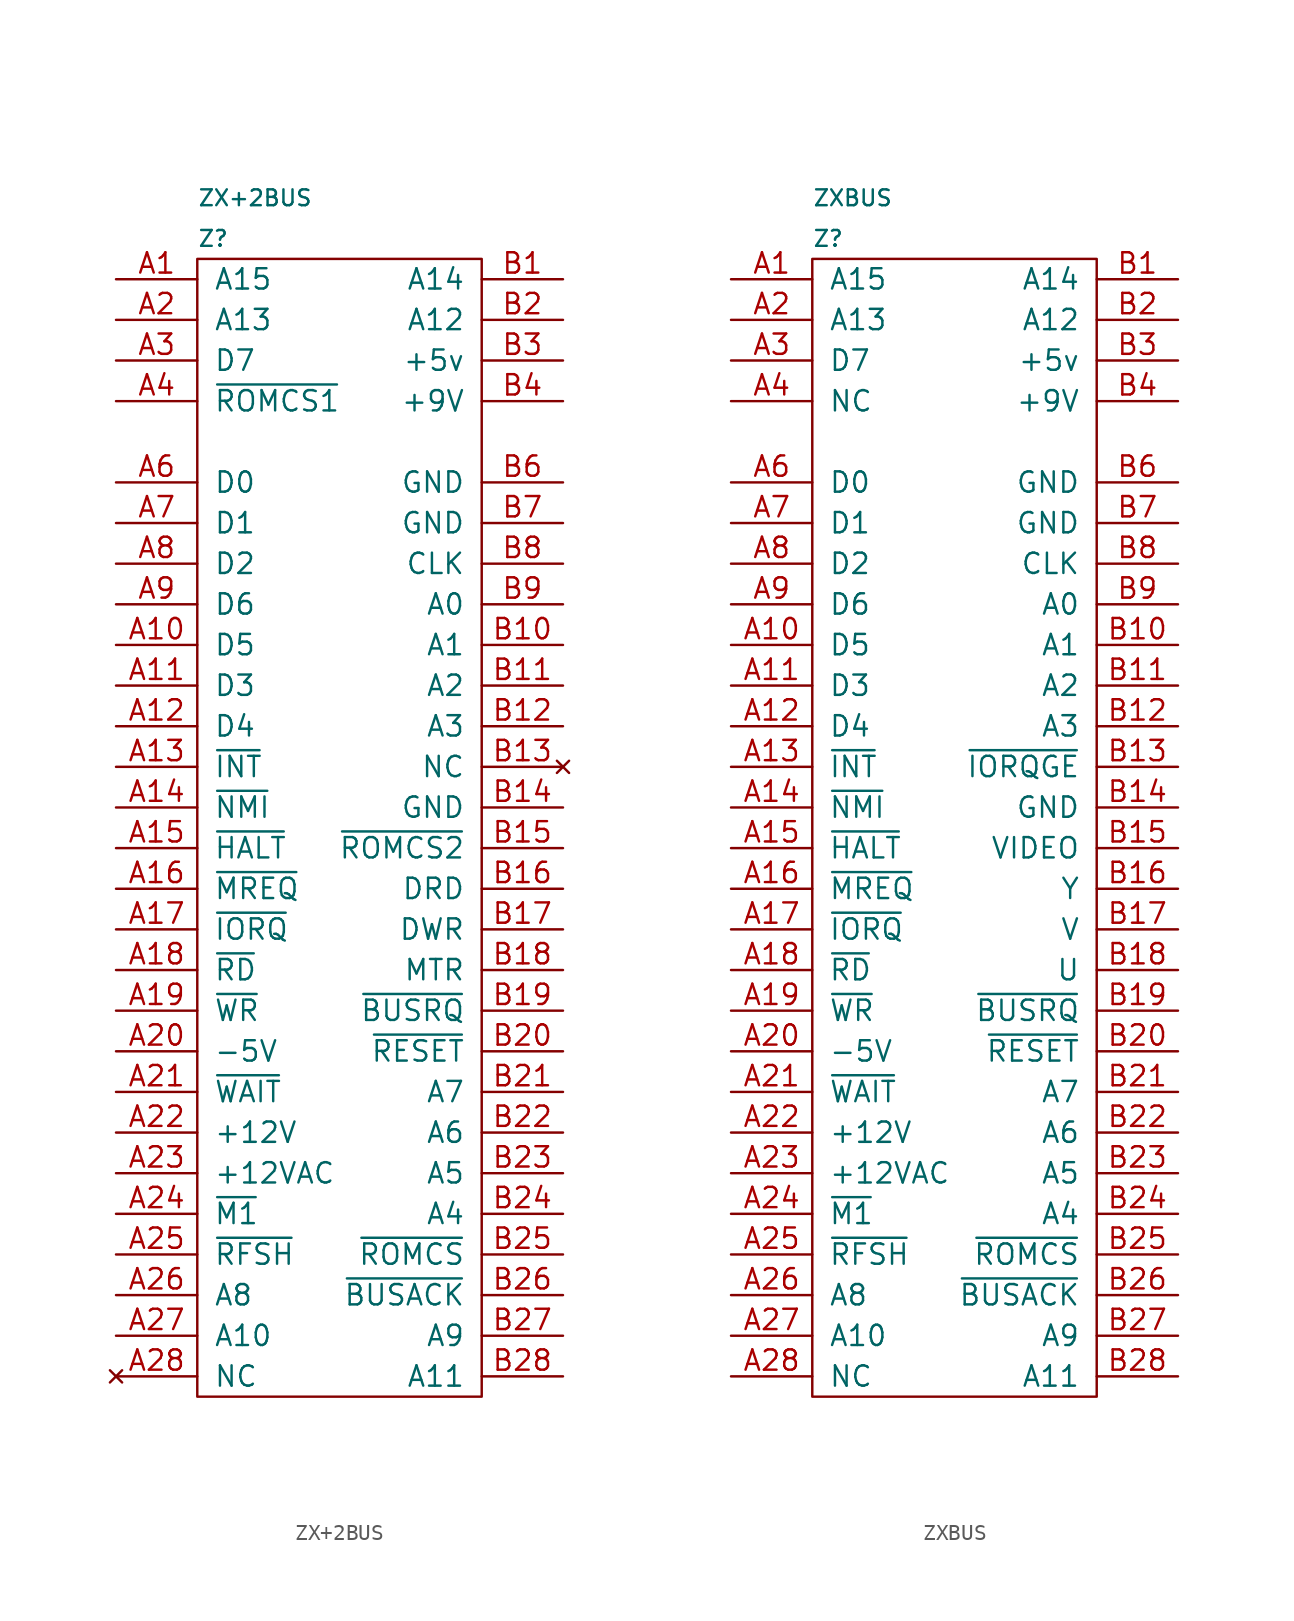
<source format=kicad_sym>
(kicad_symbol_lib
  (version 20211014)
  (generator kicad_symbol_editor)
  (symbol "ZX+2BUS"
    (pin_names
      (offset 1.016))
    (property "Reference" "Z"
      (at 0 83.82 0)
      (effects (font (size 0.991 0.991)) (justify left)))
    (property "Value" "ZX+2BUS"
      (at 0 86.36 0)
      (effects (font (size 0.991 0.991)) (justify left)))
    (symbol "ZX+2BUS_0_0"
      (rectangle (start 0 82.55) (end 17.78 11.43) (stroke (width 0) (type default) (color 0 0 0 0)) (fill (type none))))
    (symbol "ZX+2BUS_1_1"
      (pin output line (at -5.08 81.28 0) (length 5.08) (name "A15" (effects (font (size 1.27 1.27)))) (number "A1" (effects (font (size 1.27 1.27)))))
      (pin bidirectional line (at -5.08 58.42 0) (length 5.08) (name "D5" (effects (font (size 1.27 1.27)))) (number "A10" (effects (font (size 1.27 1.27)))))
      (pin bidirectional line (at -5.08 55.88 0) (length 5.08) (name "D3" (effects (font (size 1.27 1.27)))) (number "A11" (effects (font (size 1.27 1.27)))))
      (pin bidirectional line (at -5.08 53.34 0) (length 5.08) (name "D4" (effects (font (size 1.27 1.27)))) (number "A12" (effects (font (size 1.27 1.27)))))
      (pin input line (at -5.08 50.8 0) (length 5.08) (name "~{INT}" (effects (font (size 1.27 1.27)))) (number "A13" (effects (font (size 1.27 1.27)))))
      (pin input line (at -5.08 48.26 0) (length 5.08) (name "~{NMI}" (effects (font (size 1.27 1.27)))) (number "A14" (effects (font (size 1.27 1.27)))))
      (pin input line (at -5.08 45.72 0) (length 5.08) (name "~{HALT}" (effects (font (size 1.27 1.27)))) (number "A15" (effects (font (size 1.27 1.27)))))
      (pin output line (at -5.08 43.18 0) (length 5.08) (name "~{MREQ}" (effects (font (size 1.27 1.27)))) (number "A16" (effects (font (size 1.27 1.27)))))
      (pin output line (at -5.08 40.64 0) (length 5.08) (name "~{IORQ}" (effects (font (size 1.27 1.27)))) (number "A17" (effects (font (size 1.27 1.27)))))
      (pin output line (at -5.08 38.1 0) (length 5.08) (name "~{RD}" (effects (font (size 1.27 1.27)))) (number "A18" (effects (font (size 1.27 1.27)))))
      (pin output line (at -5.08 35.56 0) (length 5.08) (name "~{WR}" (effects (font (size 1.27 1.27)))) (number "A19" (effects (font (size 1.27 1.27)))))
      (pin output line (at -5.08 78.74 0) (length 5.08) (name "A13" (effects (font (size 1.27 1.27)))) (number "A2" (effects (font (size 1.27 1.27)))))
      (pin power_out line (at -5.08 33.02 0) (length 5.08) (name "-5V" (effects (font (size 1.27 1.27)))) (number "A20" (effects (font (size 1.27 1.27)))))
      (pin output line (at -5.08 30.48 0) (length 5.08) (name "~{WAIT}" (effects (font (size 1.27 1.27)))) (number "A21" (effects (font (size 1.27 1.27)))))
      (pin power_out line (at -5.08 27.94 0) (length 5.08) (name "+12V" (effects (font (size 1.27 1.27)))) (number "A22" (effects (font (size 1.27 1.27)))))
      (pin power_out line (at -5.08 25.4 0) (length 5.08) (name "+12VAC" (effects (font (size 1.27 1.27)))) (number "A23" (effects (font (size 1.27 1.27)))))
      (pin output line (at -5.08 22.86 0) (length 5.08) (name "~{M1}" (effects (font (size 1.27 1.27)))) (number "A24" (effects (font (size 1.27 1.27)))))
      (pin output line (at -5.08 20.32 0) (length 5.08) (name "~{RFSH}" (effects (font (size 1.27 1.27)))) (number "A25" (effects (font (size 1.27 1.27)))))
      (pin output line (at -5.08 17.78 0) (length 5.08) (name "A8" (effects (font (size 1.27 1.27)))) (number "A26" (effects (font (size 1.27 1.27)))))
      (pin output line (at -5.08 15.24 0) (length 5.08) (name "A10" (effects (font (size 1.27 1.27)))) (number "A27" (effects (font (size 1.27 1.27)))))
      (pin no_connect line (at -5.08 12.7 0) (length 5.08) (name "NC" (effects (font (size 1.27 1.27)))) (number "A28" (effects (font (size 1.27 1.27)))))
      (pin bidirectional line (at -5.08 76.2 0) (length 5.08) (name "D7" (effects (font (size 1.27 1.27)))) (number "A3" (effects (font (size 1.27 1.27)))))
      (pin input line (at -5.08 73.66 0) (length 5.08) (name "~{ROMCS1}" (effects (font (size 1.27 1.27)))) (number "A4" (effects (font (size 1.27 1.27)))))
      (pin bidirectional line (at -5.08 68.58 0) (length 5.08) (name "D0" (effects (font (size 1.27 1.27)))) (number "A6" (effects (font (size 1.27 1.27)))))
      (pin bidirectional line (at -5.08 66.04 0) (length 5.08) (name "D1" (effects (font (size 1.27 1.27)))) (number "A7" (effects (font (size 1.27 1.27)))))
      (pin bidirectional line (at -5.08 63.5 0) (length 5.08) (name "D2" (effects (font (size 1.27 1.27)))) (number "A8" (effects (font (size 1.27 1.27)))))
      (pin bidirectional line (at -5.08 60.96 0) (length 5.08) (name "D6" (effects (font (size 1.27 1.27)))) (number "A9" (effects (font (size 1.27 1.27)))))
      (pin output line (at 22.86 81.28 180) (length 5.08) (name "A14" (effects (font (size 1.27 1.27)))) (number "B1" (effects (font (size 1.27 1.27)))))
      (pin output line (at 22.86 58.42 180) (length 5.08) (name "A1" (effects (font (size 1.27 1.27)))) (number "B10" (effects (font (size 1.27 1.27)))))
      (pin output line (at 22.86 55.88 180) (length 5.08) (name "A2" (effects (font (size 1.27 1.27)))) (number "B11" (effects (font (size 1.27 1.27)))))
      (pin output line (at 22.86 53.34 180) (length 5.08) (name "A3" (effects (font (size 1.27 1.27)))) (number "B12" (effects (font (size 1.27 1.27)))))
      (pin no_connect line (at 22.86 50.8 180) (length 5.08) (name "NC" (effects (font (size 1.27 1.27)))) (number "B13" (effects (font (size 1.27 1.27)))))
      (pin power_in line (at 22.86 48.26 180) (length 5.08) (name "GND" (effects (font (size 1.27 1.27)))) (number "B14" (effects (font (size 1.27 1.27)))))
      (pin input line (at 22.86 45.72 180) (length 5.08) (name "~{ROMCS2}" (effects (font (size 1.27 1.27)))) (number "B15" (effects (font (size 1.27 1.27)))))
      (pin output line (at 22.86 43.18 180) (length 5.08) (name "DRD" (effects (font (size 1.27 1.27)))) (number "B16" (effects (font (size 1.27 1.27)))))
      (pin output line (at 22.86 40.64 180) (length 5.08) (name "DWR" (effects (font (size 1.27 1.27)))) (number "B17" (effects (font (size 1.27 1.27)))))
      (pin output line (at 22.86 38.1 180) (length 5.08) (name "MTR" (effects (font (size 1.27 1.27)))) (number "B18" (effects (font (size 1.27 1.27)))))
      (pin input line (at 22.86 35.56 180) (length 5.08) (name "~{BUSRQ}" (effects (font (size 1.27 1.27)))) (number "B19" (effects (font (size 1.27 1.27)))))
      (pin output line (at 22.86 78.74 180) (length 5.08) (name "A12" (effects (font (size 1.27 1.27)))) (number "B2" (effects (font (size 1.27 1.27)))))
      (pin input line (at 22.86 33.02 180) (length 5.08) (name "~{RESET}" (effects (font (size 1.27 1.27)))) (number "B20" (effects (font (size 1.27 1.27)))))
      (pin output line (at 22.86 30.48 180) (length 5.08) (name "A7" (effects (font (size 1.27 1.27)))) (number "B21" (effects (font (size 1.27 1.27)))))
      (pin output line (at 22.86 27.94 180) (length 5.08) (name "A6" (effects (font (size 1.27 1.27)))) (number "B22" (effects (font (size 1.27 1.27)))))
      (pin output line (at 22.86 25.4 180) (length 5.08) (name "A5" (effects (font (size 1.27 1.27)))) (number "B23" (effects (font (size 1.27 1.27)))))
      (pin output line (at 22.86 22.86 180) (length 5.08) (name "A4" (effects (font (size 1.27 1.27)))) (number "B24" (effects (font (size 1.27 1.27)))))
      (pin input line (at 22.86 20.32 180) (length 5.08) (name "~{ROMCS}" (effects (font (size 1.27 1.27)))) (number "B25" (effects (font (size 1.27 1.27)))))
      (pin output line (at 22.86 17.78 180) (length 5.08) (name "~{BUSACK}" (effects (font (size 1.27 1.27)))) (number "B26" (effects (font (size 1.27 1.27)))))
      (pin output line (at 22.86 15.24 180) (length 5.08) (name "A9" (effects (font (size 1.27 1.27)))) (number "B27" (effects (font (size 1.27 1.27)))))
      (pin output line (at 22.86 12.7 180) (length 5.08) (name "A11" (effects (font (size 1.27 1.27)))) (number "B28" (effects (font (size 1.27 1.27)))))
      (pin power_out line (at 22.86 76.2 180) (length 5.08) (name "+5v" (effects (font (size 1.27 1.27)))) (number "B3" (effects (font (size 1.27 1.27)))))
      (pin power_out line (at 22.86 73.66 180) (length 5.08) (name "+9V" (effects (font (size 1.27 1.27)))) (number "B4" (effects (font (size 1.27 1.27)))))
      (pin power_in line (at 22.86 68.58 180) (length 5.08) (name "GND" (effects (font (size 1.27 1.27)))) (number "B6" (effects (font (size 1.27 1.27)))))
      (pin power_in line (at 22.86 66.04 180) (length 5.08) (name "GND" (effects (font (size 1.27 1.27)))) (number "B7" (effects (font (size 1.27 1.27)))))
      (pin input line (at 22.86 63.5 180) (length 5.08) (name "CLK" (effects (font (size 1.27 1.27)))) (number "B8" (effects (font (size 1.27 1.27)))))
      (pin output line (at 22.86 60.96 180) (length 5.08) (name "A0" (effects (font (size 1.27 1.27)))) (number "B9" (effects (font (size 1.27 1.27)))))))
  (symbol "ZXBUS"
    (pin_names
      (offset 1.016))
    (property "Reference" "Z"
      (at 0 83.82 0)
      (effects (font (size 0.991 0.991)) (justify left)))
    (property "Value" "ZXBUS"
      (at 0 86.36 0)
      (effects (font (size 0.991 0.991)) (justify left)))
    (symbol "ZXBUS_0_0"
      (rectangle (start 0 82.55) (end 17.78 11.43) (stroke (width 0) (type default) (color 0 0 0 0)) (fill (type none))))
    (symbol "ZXBUS_1_1"
      (pin input line (at -5.08 81.28 0) (length 5.08) (name "A15" (effects (font (size 1.27 1.27)))) (number "A1" (effects (font (size 1.27 1.27)))))
      (pin input line (at -5.08 58.42 0) (length 5.08) (name "D5" (effects (font (size 1.27 1.27)))) (number "A10" (effects (font (size 1.27 1.27)))))
      (pin input line (at -5.08 55.88 0) (length 5.08) (name "D3" (effects (font (size 1.27 1.27)))) (number "A11" (effects (font (size 1.27 1.27)))))
      (pin input line (at -5.08 53.34 0) (length 5.08) (name "D4" (effects (font (size 1.27 1.27)))) (number "A12" (effects (font (size 1.27 1.27)))))
      (pin input line (at -5.08 50.8 0) (length 5.08) (name "~{INT}" (effects (font (size 1.27 1.27)))) (number "A13" (effects (font (size 1.27 1.27)))))
      (pin input line (at -5.08 48.26 0) (length 5.08) (name "~{NMI}" (effects (font (size 1.27 1.27)))) (number "A14" (effects (font (size 1.27 1.27)))))
      (pin input line (at -5.08 45.72 0) (length 5.08) (name "~{HALT}" (effects (font (size 1.27 1.27)))) (number "A15" (effects (font (size 1.27 1.27)))))
      (pin input line (at -5.08 43.18 0) (length 5.08) (name "~{MREQ}" (effects (font (size 1.27 1.27)))) (number "A16" (effects (font (size 1.27 1.27)))))
      (pin input line (at -5.08 40.64 0) (length 5.08) (name "~{IORQ}" (effects (font (size 1.27 1.27)))) (number "A17" (effects (font (size 1.27 1.27)))))
      (pin input line (at -5.08 38.1 0) (length 5.08) (name "~{RD}" (effects (font (size 1.27 1.27)))) (number "A18" (effects (font (size 1.27 1.27)))))
      (pin input line (at -5.08 35.56 0) (length 5.08) (name "~{WR}" (effects (font (size 1.27 1.27)))) (number "A19" (effects (font (size 1.27 1.27)))))
      (pin input line (at -5.08 78.74 0) (length 5.08) (name "A13" (effects (font (size 1.27 1.27)))) (number "A2" (effects (font (size 1.27 1.27)))))
      (pin input line (at -5.08 33.02 0) (length 5.08) (name "-5V" (effects (font (size 1.27 1.27)))) (number "A20" (effects (font (size 1.27 1.27)))))
      (pin input line (at -5.08 30.48 0) (length 5.08) (name "~{WAIT}" (effects (font (size 1.27 1.27)))) (number "A21" (effects (font (size 1.27 1.27)))))
      (pin input line (at -5.08 27.94 0) (length 5.08) (name "+12V" (effects (font (size 1.27 1.27)))) (number "A22" (effects (font (size 1.27 1.27)))))
      (pin input line (at -5.08 25.4 0) (length 5.08) (name "+12VAC" (effects (font (size 1.27 1.27)))) (number "A23" (effects (font (size 1.27 1.27)))))
      (pin input line (at -5.08 22.86 0) (length 5.08) (name "~{M1}" (effects (font (size 1.27 1.27)))) (number "A24" (effects (font (size 1.27 1.27)))))
      (pin input line (at -5.08 20.32 0) (length 5.08) (name "~{RFSH}" (effects (font (size 1.27 1.27)))) (number "A25" (effects (font (size 1.27 1.27)))))
      (pin input line (at -5.08 17.78 0) (length 5.08) (name "A8" (effects (font (size 1.27 1.27)))) (number "A26" (effects (font (size 1.27 1.27)))))
      (pin input line (at -5.08 15.24 0) (length 5.08) (name "A10" (effects (font (size 1.27 1.27)))) (number "A27" (effects (font (size 1.27 1.27)))))
      (pin input line (at -5.08 12.7 0) (length 5.08) (name "NC" (effects (font (size 1.27 1.27)))) (number "A28" (effects (font (size 1.27 1.27)))))
      (pin input line (at -5.08 76.2 0) (length 5.08) (name "D7" (effects (font (size 1.27 1.27)))) (number "A3" (effects (font (size 1.27 1.27)))))
      (pin input line (at -5.08 73.66 0) (length 5.08) (name "NC" (effects (font (size 1.27 1.27)))) (number "A4" (effects (font (size 1.27 1.27)))))
      (pin input line (at -5.08 68.58 0) (length 5.08) (name "D0" (effects (font (size 1.27 1.27)))) (number "A6" (effects (font (size 1.27 1.27)))))
      (pin input line (at -5.08 66.04 0) (length 5.08) (name "D1" (effects (font (size 1.27 1.27)))) (number "A7" (effects (font (size 1.27 1.27)))))
      (pin input line (at -5.08 63.5 0) (length 5.08) (name "D2" (effects (font (size 1.27 1.27)))) (number "A8" (effects (font (size 1.27 1.27)))))
      (pin input line (at -5.08 60.96 0) (length 5.08) (name "D6" (effects (font (size 1.27 1.27)))) (number "A9" (effects (font (size 1.27 1.27)))))
      (pin input line (at 22.86 81.28 180) (length 5.08) (name "A14" (effects (font (size 1.27 1.27)))) (number "B1" (effects (font (size 1.27 1.27)))))
      (pin input line (at 22.86 58.42 180) (length 5.08) (name "A1" (effects (font (size 1.27 1.27)))) (number "B10" (effects (font (size 1.27 1.27)))))
      (pin input line (at 22.86 55.88 180) (length 5.08) (name "A2" (effects (font (size 1.27 1.27)))) (number "B11" (effects (font (size 1.27 1.27)))))
      (pin input line (at 22.86 53.34 180) (length 5.08) (name "A3" (effects (font (size 1.27 1.27)))) (number "B12" (effects (font (size 1.27 1.27)))))
      (pin input line (at 22.86 50.8 180) (length 5.08) (name "~{IORQGE}" (effects (font (size 1.27 1.27)))) (number "B13" (effects (font (size 1.27 1.27)))))
      (pin input line (at 22.86 48.26 180) (length 5.08) (name "GND" (effects (font (size 1.27 1.27)))) (number "B14" (effects (font (size 1.27 1.27)))))
      (pin input line (at 22.86 45.72 180) (length 5.08) (name "VIDEO" (effects (font (size 1.27 1.27)))) (number "B15" (effects (font (size 1.27 1.27)))))
      (pin input line (at 22.86 43.18 180) (length 5.08) (name "Y" (effects (font (size 1.27 1.27)))) (number "B16" (effects (font (size 1.27 1.27)))))
      (pin input line (at 22.86 40.64 180) (length 5.08) (name "V" (effects (font (size 1.27 1.27)))) (number "B17" (effects (font (size 1.27 1.27)))))
      (pin input line (at 22.86 38.1 180) (length 5.08) (name "U" (effects (font (size 1.27 1.27)))) (number "B18" (effects (font (size 1.27 1.27)))))
      (pin input line (at 22.86 35.56 180) (length 5.08) (name "~{BUSRQ}" (effects (font (size 1.27 1.27)))) (number "B19" (effects (font (size 1.27 1.27)))))
      (pin input line (at 22.86 78.74 180) (length 5.08) (name "A12" (effects (font (size 1.27 1.27)))) (number "B2" (effects (font (size 1.27 1.27)))))
      (pin input line (at 22.86 33.02 180) (length 5.08) (name "~{RESET}" (effects (font (size 1.27 1.27)))) (number "B20" (effects (font (size 1.27 1.27)))))
      (pin input line (at 22.86 30.48 180) (length 5.08) (name "A7" (effects (font (size 1.27 1.27)))) (number "B21" (effects (font (size 1.27 1.27)))))
      (pin input line (at 22.86 27.94 180) (length 5.08) (name "A6" (effects (font (size 1.27 1.27)))) (number "B22" (effects (font (size 1.27 1.27)))))
      (pin input line (at 22.86 25.4 180) (length 5.08) (name "A5" (effects (font (size 1.27 1.27)))) (number "B23" (effects (font (size 1.27 1.27)))))
      (pin input line (at 22.86 22.86 180) (length 5.08) (name "A4" (effects (font (size 1.27 1.27)))) (number "B24" (effects (font (size 1.27 1.27)))))
      (pin input line (at 22.86 20.32 180) (length 5.08) (name "~{ROMCS}" (effects (font (size 1.27 1.27)))) (number "B25" (effects (font (size 1.27 1.27)))))
      (pin input line (at 22.86 17.78 180) (length 5.08) (name "~{BUSACK}" (effects (font (size 1.27 1.27)))) (number "B26" (effects (font (size 1.27 1.27)))))
      (pin input line (at 22.86 15.24 180) (length 5.08) (name "A9" (effects (font (size 1.27 1.27)))) (number "B27" (effects (font (size 1.27 1.27)))))
      (pin input line (at 22.86 12.7 180) (length 5.08) (name "A11" (effects (font (size 1.27 1.27)))) (number "B28" (effects (font (size 1.27 1.27)))))
      (pin input line (at 22.86 76.2 180) (length 5.08) (name "+5v" (effects (font (size 1.27 1.27)))) (number "B3" (effects (font (size 1.27 1.27)))))
      (pin input line (at 22.86 73.66 180) (length 5.08) (name "+9V" (effects (font (size 1.27 1.27)))) (number "B4" (effects (font (size 1.27 1.27)))))
      (pin input line (at 22.86 68.58 180) (length 5.08) (name "GND" (effects (font (size 1.27 1.27)))) (number "B6" (effects (font (size 1.27 1.27)))))
      (pin input line (at 22.86 66.04 180) (length 5.08) (name "GND" (effects (font (size 1.27 1.27)))) (number "B7" (effects (font (size 1.27 1.27)))))
      (pin input line (at 22.86 63.5 180) (length 5.08) (name "CLK" (effects (font (size 1.27 1.27)))) (number "B8" (effects (font (size 1.27 1.27)))))
      (pin input line (at 22.86 60.96 180) (length 5.08) (name "A0" (effects (font (size 1.27 1.27)))) (number "B9" (effects (font (size 1.27 1.27))))))))
</source>
